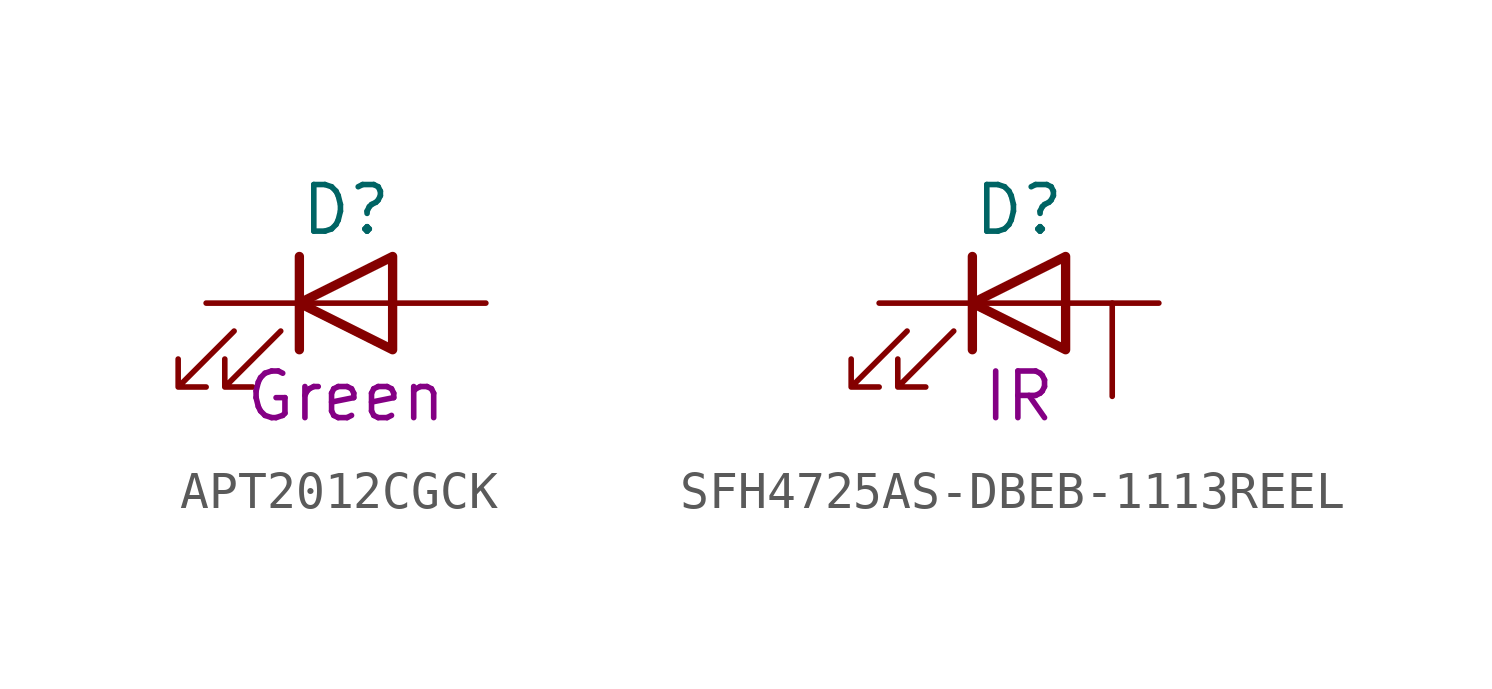
<source format=kicad_sym>
(kicad_symbol_lib
  (version 20211014)
  (symbol "APT2012CGCK"
    (pin_numbers
      (hide yes))
    (pin_names
      (offset 1.016)
      (hide yes))
    (property "Reference" "D"
      (at 0 2.54 0)
      (effects (font (size 1.27 1.27))))
    (property "Color" "Green"
      (at 0 -2.54 0)
      (effects (font (size 1.27 1.27))))
    (symbol "APT2012CGCK_0_1"
      (polyline (pts (xy -3.048 -0.762) (xy -4.572 -2.286) (xy -3.81 -2.286) (xy -4.572 -2.286) (xy -4.572 -1.524)) (stroke (width 0) (type default)) (fill (type none)))
      (polyline (pts (xy -1.778 -0.762) (xy -3.302 -2.286) (xy -2.54 -2.286) (xy -3.302 -2.286) (xy -3.302 -1.524)) (stroke (width 0) (type default)) (fill (type none)))
      (polyline (pts (xy -1.27 0) (xy 1.27 0)) (stroke (width 0) (type default)) (fill (type none)))
      (polyline (pts (xy -1.27 -1.27) (xy -1.27 1.27)) (stroke (width 0.254) (type default)) (fill (type none)))
      (polyline (pts (xy 1.27 -1.27) (xy 1.27 1.27) (xy -1.27 0) (xy 1.27 -1.27)) (stroke (width 0.254) (type default)) (fill (type none))))
    (symbol "APT2012CGCK_1_1"
      (pin passive line (at -3.81 0 0) (length 2.54) (name "K" (effects (font (size 1.27 1.27)))) (number "1" (effects (font (size 1.27 1.27)))))
      (pin passive line (at 3.81 0 180) (length 2.54) (name "A" (effects (font (size 1.27 1.27)))) (number "2" (effects (font (size 1.27 1.27)))))))
  (symbol "SFH4725AS-DBEB-1113REEL"
    (pin_numbers
      (hide yes))
    (pin_names
      (offset 1.016)
      (hide yes))
    (property "Reference" "D"
      (at 0 2.54 0)
      (effects (font (size 1.27 1.27))))
    (property "Color" "IR"
      (at 0 -2.54 0)
      (effects (font (size 1.27 1.27))))
    (symbol "SFH4725AS-DBEB-1113REEL_0_1"
      (polyline (pts (xy -3.048 -0.762) (xy -4.572 -2.286) (xy -3.81 -2.286) (xy -4.572 -2.286) (xy -4.572 -1.524)) (stroke (width 0) (type default)) (fill (type none)))
      (polyline (pts (xy -1.778 -0.762) (xy -3.302 -2.286) (xy -2.54 -2.286) (xy -3.302 -2.286) (xy -3.302 -1.524)) (stroke (width 0) (type default)) (fill (type none)))
      (polyline (pts (xy -1.27 0) (xy 1.27 0)) (stroke (width 0) (type default)) (fill (type none)))
      (polyline (pts (xy -1.27 -1.27) (xy -1.27 1.27)) (stroke (width 0.254) (type default)) (fill (type none)))
      (polyline (pts (xy 1.27 -1.27) (xy 1.27 1.27) (xy -1.27 0) (xy 1.27 -1.27)) (stroke (width 0.254) (type default)) (fill (type none))))
    (symbol "SFH4725AS-DBEB-1113REEL_1_0"
      (pin passive line (at 2.54 -2.54 90) (length 2.54) (name "A" (effects (font (size 1.27 1.27)))) (number "3" (effects (font (size 1.27 1.27))))))
    (symbol "SFH4725AS-DBEB-1113REEL_1_1"
      (pin passive line (at -3.81 0 0) (length 2.54) (name "K" (effects (font (size 1.27 1.27)))) (number "1" (effects (font (size 1.27 1.27)))))
      (pin passive line (at 3.81 0 180) (length 2.54) (name "A" (effects (font (size 1.27 1.27)))) (number "2" (effects (font (size 1.27 1.27))))))))
</source>
